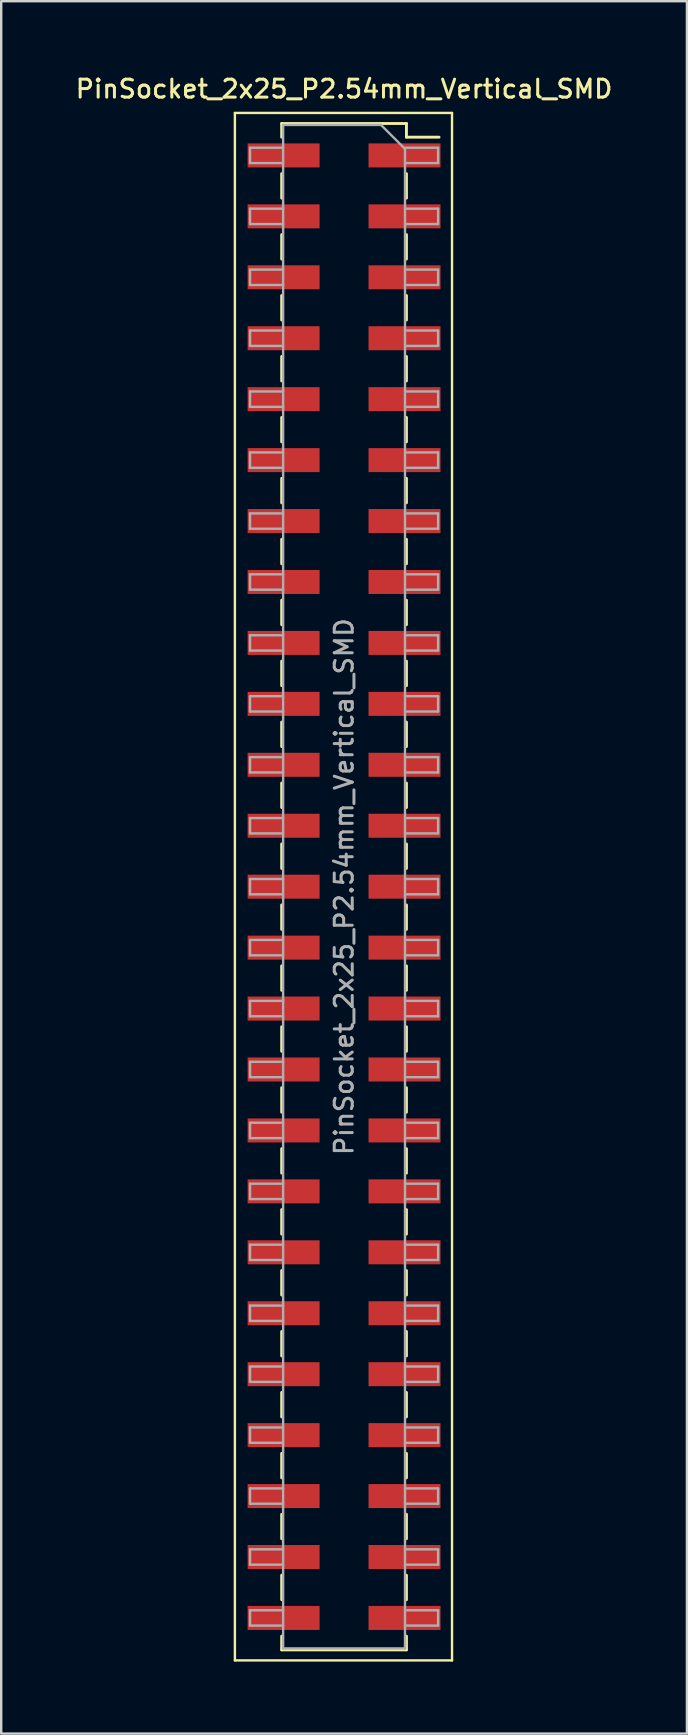
<source format=kicad_pcb>
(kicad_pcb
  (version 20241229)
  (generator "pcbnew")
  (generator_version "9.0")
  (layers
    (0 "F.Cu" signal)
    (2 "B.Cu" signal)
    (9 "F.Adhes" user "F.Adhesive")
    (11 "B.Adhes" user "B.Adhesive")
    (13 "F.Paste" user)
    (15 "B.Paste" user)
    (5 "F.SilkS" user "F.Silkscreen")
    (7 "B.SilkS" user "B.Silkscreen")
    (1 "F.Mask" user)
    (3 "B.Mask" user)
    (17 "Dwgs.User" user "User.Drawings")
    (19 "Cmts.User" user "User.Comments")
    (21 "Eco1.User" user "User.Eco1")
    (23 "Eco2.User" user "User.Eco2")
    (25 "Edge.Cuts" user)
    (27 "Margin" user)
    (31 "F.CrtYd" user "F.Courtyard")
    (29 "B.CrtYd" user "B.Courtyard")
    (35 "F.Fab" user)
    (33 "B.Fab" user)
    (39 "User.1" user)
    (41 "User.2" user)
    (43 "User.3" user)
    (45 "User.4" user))
  (footprint "PinSocket_2x25_P2.54mm_Vertical_SMD"
    (layer "F.Cu")
    (at 11.291 33.908)
    (property "Reference" "PinSocket_2x25_P2.54mm_Vertical_SMD" (at 0 -33.25 0) (layer "F.SilkS") (effects (font (size 0.75 0.75) (thickness 0.125))))
    (attr smd)
    (fp_line (start -4.55 -32.25) (end 4.5 -32.25) (stroke (width 0.1) (type solid)) (layer "F.SilkS"))
    (fp_line (start -4.55 32.25) (end -4.55 -32.25) (stroke (width 0.1) (type solid)) (layer "F.SilkS"))
    (fp_line (start -2.6 -31.81) (end -2.6 -31.24) (stroke (width 0.12) (type solid)) (layer "F.SilkS"))
    (fp_line (start -2.6 -31.81) (end 2.6 -31.81) (stroke (width 0.12) (type solid)) (layer "F.SilkS"))
    (fp_line (start -2.6 -29.72) (end -2.6 -28.7) (stroke (width 0.12) (type solid)) (layer "F.SilkS"))
    (fp_line (start -2.6 -27.18) (end -2.6 -26.16) (stroke (width 0.12) (type solid)) (layer "F.SilkS"))
    (fp_line (start -2.6 -24.64) (end -2.6 -23.62) (stroke (width 0.12) (type solid)) (layer "F.SilkS"))
    (fp_line (start -2.6 -22.1) (end -2.6 -21.08) (stroke (width 0.12) (type solid)) (layer "F.SilkS"))
    (fp_line (start -2.6 -19.56) (end -2.6 -18.54) (stroke (width 0.12) (type solid)) (layer "F.SilkS"))
    (fp_line (start -2.6 -17.02) (end -2.6 -16) (stroke (width 0.12) (type solid)) (layer "F.SilkS"))
    (fp_line (start -2.6 -14.48) (end -2.6 -13.46) (stroke (width 0.12) (type solid)) (layer "F.SilkS"))
    (fp_line (start -2.6 -11.94) (end -2.6 -10.92) (stroke (width 0.12) (type solid)) (layer "F.SilkS"))
    (fp_line (start -2.6 -9.4) (end -2.6 -8.38) (stroke (width 0.12) (type solid)) (layer "F.SilkS"))
    (fp_line (start -2.6 -6.86) (end -2.6 -5.84) (stroke (width 0.12) (type solid)) (layer "F.SilkS"))
    (fp_line (start -2.6 -4.32) (end -2.6 -3.3) (stroke (width 0.12) (type solid)) (layer "F.SilkS"))
    (fp_line (start -2.6 -1.78) (end -2.6 -0.76) (stroke (width 0.12) (type solid)) (layer "F.SilkS"))
    (fp_line (start -2.6 0.76) (end -2.6 1.78) (stroke (width 0.12) (type solid)) (layer "F.SilkS"))
    (fp_line (start -2.6 3.3) (end -2.6 4.32) (stroke (width 0.12) (type solid)) (layer "F.SilkS"))
    (fp_line (start -2.6 5.84) (end -2.6 6.86) (stroke (width 0.12) (type solid)) (layer "F.SilkS"))
    (fp_line (start -2.6 8.38) (end -2.6 9.4) (stroke (width 0.12) (type solid)) (layer "F.SilkS"))
    (fp_line (start -2.6 10.92) (end -2.6 11.94) (stroke (width 0.12) (type solid)) (layer "F.SilkS"))
    (fp_line (start -2.6 13.46) (end -2.6 14.48) (stroke (width 0.12) (type solid)) (layer "F.SilkS"))
    (fp_line (start -2.6 16) (end -2.6 17.02) (stroke (width 0.12) (type solid)) (layer "F.SilkS"))
    (fp_line (start -2.6 18.54) (end -2.6 19.56) (stroke (width 0.12) (type solid)) (layer "F.SilkS"))
    (fp_line (start -2.6 21.08) (end -2.6 22.1) (stroke (width 0.12) (type solid)) (layer "F.SilkS"))
    (fp_line (start -2.6 23.62) (end -2.6 24.64) (stroke (width 0.12) (type solid)) (layer "F.SilkS"))
    (fp_line (start -2.6 26.16) (end -2.6 27.18) (stroke (width 0.12) (type solid)) (layer "F.SilkS"))
    (fp_line (start -2.6 28.7) (end -2.6 29.72) (stroke (width 0.12) (type solid)) (layer "F.SilkS"))
    (fp_line (start -2.6 31.24) (end -2.6 31.81) (stroke (width 0.12) (type solid)) (layer "F.SilkS"))
    (fp_line (start -2.6 31.81) (end 2.6 31.81) (stroke (width 0.12) (type solid)) (layer "F.SilkS"))
    (fp_line (start 2.6 -31.81) (end 2.6 -31.24) (stroke (width 0.12) (type solid)) (layer "F.SilkS"))
    (fp_line (start 2.6 -31.24) (end 3.96 -31.24) (stroke (width 0.12) (type solid)) (layer "F.SilkS"))
    (fp_line (start 2.6 -29.72) (end 2.6 -28.7) (stroke (width 0.12) (type solid)) (layer "F.SilkS"))
    (fp_line (start 2.6 -27.18) (end 2.6 -26.16) (stroke (width 0.12) (type solid)) (layer "F.SilkS"))
    (fp_line (start 2.6 -24.64) (end 2.6 -23.62) (stroke (width 0.12) (type solid)) (layer "F.SilkS"))
    (fp_line (start 2.6 -22.1) (end 2.6 -21.08) (stroke (width 0.12) (type solid)) (layer "F.SilkS"))
    (fp_line (start 2.6 -19.56) (end 2.6 -18.54) (stroke (width 0.12) (type solid)) (layer "F.SilkS"))
    (fp_line (start 2.6 -17.02) (end 2.6 -16) (stroke (width 0.12) (type solid)) (layer "F.SilkS"))
    (fp_line (start 2.6 -14.48) (end 2.6 -13.46) (stroke (width 0.12) (type solid)) (layer "F.SilkS"))
    (fp_line (start 2.6 -11.94) (end 2.6 -10.92) (stroke (width 0.12) (type solid)) (layer "F.SilkS"))
    (fp_line (start 2.6 -9.4) (end 2.6 -8.38) (stroke (width 0.12) (type solid)) (layer "F.SilkS"))
    (fp_line (start 2.6 -6.86) (end 2.6 -5.84) (stroke (width 0.12) (type solid)) (layer "F.SilkS"))
    (fp_line (start 2.6 -4.32) (end 2.6 -3.3) (stroke (width 0.12) (type solid)) (layer "F.SilkS"))
    (fp_line (start 2.6 -1.78) (end 2.6 -0.76) (stroke (width 0.12) (type solid)) (layer "F.SilkS"))
    (fp_line (start 2.6 0.76) (end 2.6 1.78) (stroke (width 0.12) (type solid)) (layer "F.SilkS"))
    (fp_line (start 2.6 3.3) (end 2.6 4.32) (stroke (width 0.12) (type solid)) (layer "F.SilkS"))
    (fp_line (start 2.6 5.84) (end 2.6 6.86) (stroke (width 0.12) (type solid)) (layer "F.SilkS"))
    (fp_line (start 2.6 8.38) (end 2.6 9.4) (stroke (width 0.12) (type solid)) (layer "F.SilkS"))
    (fp_line (start 2.6 10.92) (end 2.6 11.94) (stroke (width 0.12) (type solid)) (layer "F.SilkS"))
    (fp_line (start 2.6 13.46) (end 2.6 14.48) (stroke (width 0.12) (type solid)) (layer "F.SilkS"))
    (fp_line (start 2.6 16) (end 2.6 17.02) (stroke (width 0.12) (type solid)) (layer "F.SilkS"))
    (fp_line (start 2.6 18.54) (end 2.6 19.56) (stroke (width 0.12) (type solid)) (layer "F.SilkS"))
    (fp_line (start 2.6 21.08) (end 2.6 22.1) (stroke (width 0.12) (type solid)) (layer "F.SilkS"))
    (fp_line (start 2.6 23.62) (end 2.6 24.64) (stroke (width 0.12) (type solid)) (layer "F.SilkS"))
    (fp_line (start 2.6 26.16) (end 2.6 27.18) (stroke (width 0.12) (type solid)) (layer "F.SilkS"))
    (fp_line (start 2.6 28.7) (end 2.6 29.72) (stroke (width 0.12) (type solid)) (layer "F.SilkS"))
    (fp_line (start 2.6 31.24) (end 2.6 31.81) (stroke (width 0.12) (type solid)) (layer "F.SilkS"))
    (fp_line (start 4.5 -32.25) (end 4.5 32.25) (stroke (width 0.1) (type solid)) (layer "F.SilkS"))
    (fp_line (start 4.5 32.25) (end -4.55 32.25) (stroke (width 0.1) (type solid)) (layer "F.SilkS"))
    (fp_line (start -3.92 -30.8) (end -2.54 -30.8) (stroke (width 0.1) (type solid)) (layer "F.Fab"))
    (fp_line (start -3.92 -30.16) (end -3.92 -30.8) (stroke (width 0.1) (type solid)) (layer "F.Fab"))
    (fp_line (start -3.92 -28.26) (end -2.54 -28.26) (stroke (width 0.1) (type solid)) (layer "F.Fab"))
    (fp_line (start -3.92 -27.62) (end -3.92 -28.26) (stroke (width 0.1) (type solid)) (layer "F.Fab"))
    (fp_line (start -3.92 -25.72) (end -2.54 -25.72) (stroke (width 0.1) (type solid)) (layer "F.Fab"))
    (fp_line (start -3.92 -25.08) (end -3.92 -25.72) (stroke (width 0.1) (type solid)) (layer "F.Fab"))
    (fp_line (start -3.92 -23.18) (end -2.54 -23.18) (stroke (width 0.1) (type solid)) (layer "F.Fab"))
    (fp_line (start -3.92 -22.54) (end -3.92 -23.18) (stroke (width 0.1) (type solid)) (layer "F.Fab"))
    (fp_line (start -3.92 -20.64) (end -2.54 -20.64) (stroke (width 0.1) (type solid)) (layer "F.Fab"))
    (fp_line (start -3.92 -20) (end -3.92 -20.64) (stroke (width 0.1) (type solid)) (layer "F.Fab"))
    (fp_line (start -3.92 -18.1) (end -2.54 -18.1) (stroke (width 0.1) (type solid)) (layer "F.Fab"))
    (fp_line (start -3.92 -17.46) (end -3.92 -18.1) (stroke (width 0.1) (type solid)) (layer "F.Fab"))
    (fp_line (start -3.92 -15.56) (end -2.54 -15.56) (stroke (width 0.1) (type solid)) (layer "F.Fab"))
    (fp_line (start -3.92 -14.92) (end -3.92 -15.56) (stroke (width 0.1) (type solid)) (layer "F.Fab"))
    (fp_line (start -3.92 -13.02) (end -2.54 -13.02) (stroke (width 0.1) (type solid)) (layer "F.Fab"))
    (fp_line (start -3.92 -12.38) (end -3.92 -13.02) (stroke (width 0.1) (type solid)) (layer "F.Fab"))
    (fp_line (start -3.92 -10.48) (end -2.54 -10.48) (stroke (width 0.1) (type solid)) (layer "F.Fab"))
    (fp_line (start -3.92 -9.84) (end -3.92 -10.48) (stroke (width 0.1) (type solid)) (layer "F.Fab"))
    (fp_line (start -3.92 -7.94) (end -2.54 -7.94) (stroke (width 0.1) (type solid)) (layer "F.Fab"))
    (fp_line (start -3.92 -7.3) (end -3.92 -7.94) (stroke (width 0.1) (type solid)) (layer "F.Fab"))
    (fp_line (start -3.92 -5.4) (end -2.54 -5.4) (stroke (width 0.1) (type solid)) (layer "F.Fab"))
    (fp_line (start -3.92 -4.76) (end -3.92 -5.4) (stroke (width 0.1) (type solid)) (layer "F.Fab"))
    (fp_line (start -3.92 -2.86) (end -2.54 -2.86) (stroke (width 0.1) (type solid)) (layer "F.Fab"))
    (fp_line (start -3.92 -2.22) (end -3.92 -2.86) (stroke (width 0.1) (type solid)) (layer "F.Fab"))
    (fp_line (start -3.92 -0.32) (end -2.54 -0.32) (stroke (width 0.1) (type solid)) (layer "F.Fab"))
    (fp_line (start -3.92 0.32) (end -3.92 -0.32) (stroke (width 0.1) (type solid)) (layer "F.Fab"))
    (fp_line (start -3.92 2.22) (end -2.54 2.22) (stroke (width 0.1) (type solid)) (layer "F.Fab"))
    (fp_line (start -3.92 2.86) (end -3.92 2.22) (stroke (width 0.1) (type solid)) (layer "F.Fab"))
    (fp_line (start -3.92 4.76) (end -2.54 4.76) (stroke (width 0.1) (type solid)) (layer "F.Fab"))
    (fp_line (start -3.92 5.4) (end -3.92 4.76) (stroke (width 0.1) (type solid)) (layer "F.Fab"))
    (fp_line (start -3.92 7.3) (end -2.54 7.3) (stroke (width 0.1) (type solid)) (layer "F.Fab"))
    (fp_line (start -3.92 7.94) (end -3.92 7.3) (stroke (width 0.1) (type solid)) (layer "F.Fab"))
    (fp_line (start -3.92 9.84) (end -2.54 9.84) (stroke (width 0.1) (type solid)) (layer "F.Fab"))
    (fp_line (start -3.92 10.48) (end -3.92 9.84) (stroke (width 0.1) (type solid)) (layer "F.Fab"))
    (fp_line (start -3.92 12.38) (end -2.54 12.38) (stroke (width 0.1) (type solid)) (layer "F.Fab"))
    (fp_line (start -3.92 13.02) (end -3.92 12.38) (stroke (width 0.1) (type solid)) (layer "F.Fab"))
    (fp_line (start -3.92 14.92) (end -2.54 14.92) (stroke (width 0.1) (type solid)) (layer "F.Fab"))
    (fp_line (start -3.92 15.56) (end -3.92 14.92) (stroke (width 0.1) (type solid)) (layer "F.Fab"))
    (fp_line (start -3.92 17.46) (end -2.54 17.46) (stroke (width 0.1) (type solid)) (layer "F.Fab"))
    (fp_line (start -3.92 18.1) (end -3.92 17.46) (stroke (width 0.1) (type solid)) (layer "F.Fab"))
    (fp_line (start -3.92 20) (end -2.54 20) (stroke (width 0.1) (type solid)) (layer "F.Fab"))
    (fp_line (start -3.92 20.64) (end -3.92 20) (stroke (width 0.1) (type solid)) (layer "F.Fab"))
    (fp_line (start -3.92 22.54) (end -2.54 22.54) (stroke (width 0.1) (type solid)) (layer "F.Fab"))
    (fp_line (start -3.92 23.18) (end -3.92 22.54) (stroke (width 0.1) (type solid)) (layer "F.Fab"))
    (fp_line (start -3.92 25.08) (end -2.54 25.08) (stroke (width 0.1) (type solid)) (layer "F.Fab"))
    (fp_line (start -3.92 25.72) (end -3.92 25.08) (stroke (width 0.1) (type solid)) (layer "F.Fab"))
    (fp_line (start -3.92 27.62) (end -2.54 27.62) (stroke (width 0.1) (type solid)) (layer "F.Fab"))
    (fp_line (start -3.92 28.26) (end -3.92 27.62) (stroke (width 0.1) (type solid)) (layer "F.Fab"))
    (fp_line (start -3.92 30.16) (end -2.54 30.16) (stroke (width 0.1) (type solid)) (layer "F.Fab"))
    (fp_line (start -3.92 30.8) (end -3.92 30.16) (stroke (width 0.1) (type solid)) (layer "F.Fab"))
    (fp_line (start -2.54 -31.75) (end 1.54 -31.75) (stroke (width 0.1) (type solid)) (layer "F.Fab"))
    (fp_line (start -2.54 -30.16) (end -3.92 -30.16) (stroke (width 0.1) (type solid)) (layer "F.Fab"))
    (fp_line (start -2.54 -27.62) (end -3.92 -27.62) (stroke (width 0.1) (type solid)) (layer "F.Fab"))
    (fp_line (start -2.54 -25.08) (end -3.92 -25.08) (stroke (width 0.1) (type solid)) (layer "F.Fab"))
    (fp_line (start -2.54 -22.54) (end -3.92 -22.54) (stroke (width 0.1) (type solid)) (layer "F.Fab"))
    (fp_line (start -2.54 -20) (end -3.92 -20) (stroke (width 0.1) (type solid)) (layer "F.Fab"))
    (fp_line (start -2.54 -17.46) (end -3.92 -17.46) (stroke (width 0.1) (type solid)) (layer "F.Fab"))
    (fp_line (start -2.54 -14.92) (end -3.92 -14.92) (stroke (width 0.1) (type solid)) (layer "F.Fab"))
    (fp_line (start -2.54 -12.38) (end -3.92 -12.38) (stroke (width 0.1) (type solid)) (layer "F.Fab"))
    (fp_line (start -2.54 -9.84) (end -3.92 -9.84) (stroke (width 0.1) (type solid)) (layer "F.Fab"))
    (fp_line (start -2.54 -7.3) (end -3.92 -7.3) (stroke (width 0.1) (type solid)) (layer "F.Fab"))
    (fp_line (start -2.54 -4.76) (end -3.92 -4.76) (stroke (width 0.1) (type solid)) (layer "F.Fab"))
    (fp_line (start -2.54 -2.22) (end -3.92 -2.22) (stroke (width 0.1) (type solid)) (layer "F.Fab"))
    (fp_line (start -2.54 0.32) (end -3.92 0.32) (stroke (width 0.1) (type solid)) (layer "F.Fab"))
    (fp_line (start -2.54 2.86) (end -3.92 2.86) (stroke (width 0.1) (type solid)) (layer "F.Fab"))
    (fp_line (start -2.54 5.4) (end -3.92 5.4) (stroke (width 0.1) (type solid)) (layer "F.Fab"))
    (fp_line (start -2.54 7.94) (end -3.92 7.94) (stroke (width 0.1) (type solid)) (layer "F.Fab"))
    (fp_line (start -2.54 10.48) (end -3.92 10.48) (stroke (width 0.1) (type solid)) (layer "F.Fab"))
    (fp_line (start -2.54 13.02) (end -3.92 13.02) (stroke (width 0.1) (type solid)) (layer "F.Fab"))
    (fp_line (start -2.54 15.56) (end -3.92 15.56) (stroke (width 0.1) (type solid)) (layer "F.Fab"))
    (fp_line (start -2.54 18.1) (end -3.92 18.1) (stroke (width 0.1) (type solid)) (layer "F.Fab"))
    (fp_line (start -2.54 20.64) (end -3.92 20.64) (stroke (width 0.1) (type solid)) (layer "F.Fab"))
    (fp_line (start -2.54 23.18) (end -3.92 23.18) (stroke (width 0.1) (type solid)) (layer "F.Fab"))
    (fp_line (start -2.54 25.72) (end -3.92 25.72) (stroke (width 0.1) (type solid)) (layer "F.Fab"))
    (fp_line (start -2.54 28.26) (end -3.92 28.26) (stroke (width 0.1) (type solid)) (layer "F.Fab"))
    (fp_line (start -2.54 30.8) (end -3.92 30.8) (stroke (width 0.1) (type solid)) (layer "F.Fab"))
    (fp_line (start -2.54 31.75) (end -2.54 -31.75) (stroke (width 0.1) (type solid)) (layer "F.Fab"))
    (fp_line (start 1.54 -31.75) (end 2.54 -30.75) (stroke (width 0.1) (type solid)) (layer "F.Fab"))
    (fp_line (start 2.54 -30.8) (end 3.92 -30.8) (stroke (width 0.1) (type solid)) (layer "F.Fab"))
    (fp_line (start 2.54 -30.75) (end 2.54 31.75) (stroke (width 0.1) (type solid)) (layer "F.Fab"))
    (fp_line (start 2.54 -28.26) (end 3.92 -28.26) (stroke (width 0.1) (type solid)) (layer "F.Fab"))
    (fp_line (start 2.54 -25.72) (end 3.92 -25.72) (stroke (width 0.1) (type solid)) (layer "F.Fab"))
    (fp_line (start 2.54 -23.18) (end 3.92 -23.18) (stroke (width 0.1) (type solid)) (layer "F.Fab"))
    (fp_line (start 2.54 -20.64) (end 3.92 -20.64) (stroke (width 0.1) (type solid)) (layer "F.Fab"))
    (fp_line (start 2.54 -18.1) (end 3.92 -18.1) (stroke (width 0.1) (type solid)) (layer "F.Fab"))
    (fp_line (start 2.54 -15.56) (end 3.92 -15.56) (stroke (width 0.1) (type solid)) (layer "F.Fab"))
    (fp_line (start 2.54 -13.02) (end 3.92 -13.02) (stroke (width 0.1) (type solid)) (layer "F.Fab"))
    (fp_line (start 2.54 -10.48) (end 3.92 -10.48) (stroke (width 0.1) (type solid)) (layer "F.Fab"))
    (fp_line (start 2.54 -7.94) (end 3.92 -7.94) (stroke (width 0.1) (type solid)) (layer "F.Fab"))
    (fp_line (start 2.54 -5.4) (end 3.92 -5.4) (stroke (width 0.1) (type solid)) (layer "F.Fab"))
    (fp_line (start 2.54 -2.86) (end 3.92 -2.86) (stroke (width 0.1) (type solid)) (layer "F.Fab"))
    (fp_line (start 2.54 -0.32) (end 3.92 -0.32) (stroke (width 0.1) (type solid)) (layer "F.Fab"))
    (fp_line (start 2.54 2.22) (end 3.92 2.22) (stroke (width 0.1) (type solid)) (layer "F.Fab"))
    (fp_line (start 2.54 4.76) (end 3.92 4.76) (stroke (width 0.1) (type solid)) (layer "F.Fab"))
    (fp_line (start 2.54 7.3) (end 3.92 7.3) (stroke (width 0.1) (type solid)) (layer "F.Fab"))
    (fp_line (start 2.54 9.84) (end 3.92 9.84) (stroke (width 0.1) (type solid)) (layer "F.Fab"))
    (fp_line (start 2.54 12.38) (end 3.92 12.38) (stroke (width 0.1) (type solid)) (layer "F.Fab"))
    (fp_line (start 2.54 14.92) (end 3.92 14.92) (stroke (width 0.1) (type solid)) (layer "F.Fab"))
    (fp_line (start 2.54 17.46) (end 3.92 17.46) (stroke (width 0.1) (type solid)) (layer "F.Fab"))
    (fp_line (start 2.54 20) (end 3.92 20) (stroke (width 0.1) (type solid)) (layer "F.Fab"))
    (fp_line (start 2.54 22.54) (end 3.92 22.54) (stroke (width 0.1) (type solid)) (layer "F.Fab"))
    (fp_line (start 2.54 25.08) (end 3.92 25.08) (stroke (width 0.1) (type solid)) (layer "F.Fab"))
    (fp_line (start 2.54 27.62) (end 3.92 27.62) (stroke (width 0.1) (type solid)) (layer "F.Fab"))
    (fp_line (start 2.54 30.16) (end 3.92 30.16) (stroke (width 0.1) (type solid)) (layer "F.Fab"))
    (fp_line (start 2.54 31.75) (end -2.54 31.75) (stroke (width 0.1) (type solid)) (layer "F.Fab"))
    (fp_line (start 3.92 -30.8) (end 3.92 -30.16) (stroke (width 0.1) (type solid)) (layer "F.Fab"))
    (fp_line (start 3.92 -30.16) (end 2.54 -30.16) (stroke (width 0.1) (type solid)) (layer "F.Fab"))
    (fp_line (start 3.92 -28.26) (end 3.92 -27.62) (stroke (width 0.1) (type solid)) (layer "F.Fab"))
    (fp_line (start 3.92 -27.62) (end 2.54 -27.62) (stroke (width 0.1) (type solid)) (layer "F.Fab"))
    (fp_line (start 3.92 -25.72) (end 3.92 -25.08) (stroke (width 0.1) (type solid)) (layer "F.Fab"))
    (fp_line (start 3.92 -25.08) (end 2.54 -25.08) (stroke (width 0.1) (type solid)) (layer "F.Fab"))
    (fp_line (start 3.92 -23.18) (end 3.92 -22.54) (stroke (width 0.1) (type solid)) (layer "F.Fab"))
    (fp_line (start 3.92 -22.54) (end 2.54 -22.54) (stroke (width 0.1) (type solid)) (layer "F.Fab"))
    (fp_line (start 3.92 -20.64) (end 3.92 -20) (stroke (width 0.1) (type solid)) (layer "F.Fab"))
    (fp_line (start 3.92 -20) (end 2.54 -20) (stroke (width 0.1) (type solid)) (layer "F.Fab"))
    (fp_line (start 3.92 -18.1) (end 3.92 -17.46) (stroke (width 0.1) (type solid)) (layer "F.Fab"))
    (fp_line (start 3.92 -17.46) (end 2.54 -17.46) (stroke (width 0.1) (type solid)) (layer "F.Fab"))
    (fp_line (start 3.92 -15.56) (end 3.92 -14.92) (stroke (width 0.1) (type solid)) (layer "F.Fab"))
    (fp_line (start 3.92 -14.92) (end 2.54 -14.92) (stroke (width 0.1) (type solid)) (layer "F.Fab"))
    (fp_line (start 3.92 -13.02) (end 3.92 -12.38) (stroke (width 0.1) (type solid)) (layer "F.Fab"))
    (fp_line (start 3.92 -12.38) (end 2.54 -12.38) (stroke (width 0.1) (type solid)) (layer "F.Fab"))
    (fp_line (start 3.92 -10.48) (end 3.92 -9.84) (stroke (width 0.1) (type solid)) (layer "F.Fab"))
    (fp_line (start 3.92 -9.84) (end 2.54 -9.84) (stroke (width 0.1) (type solid)) (layer "F.Fab"))
    (fp_line (start 3.92 -7.94) (end 3.92 -7.3) (stroke (width 0.1) (type solid)) (layer "F.Fab"))
    (fp_line (start 3.92 -7.3) (end 2.54 -7.3) (stroke (width 0.1) (type solid)) (layer "F.Fab"))
    (fp_line (start 3.92 -5.4) (end 3.92 -4.76) (stroke (width 0.1) (type solid)) (layer "F.Fab"))
    (fp_line (start 3.92 -4.76) (end 2.54 -4.76) (stroke (width 0.1) (type solid)) (layer "F.Fab"))
    (fp_line (start 3.92 -2.86) (end 3.92 -2.22) (stroke (width 0.1) (type solid)) (layer "F.Fab"))
    (fp_line (start 3.92 -2.22) (end 2.54 -2.22) (stroke (width 0.1) (type solid)) (layer "F.Fab"))
    (fp_line (start 3.92 -0.32) (end 3.92 0.32) (stroke (width 0.1) (type solid)) (layer "F.Fab"))
    (fp_line (start 3.92 0.32) (end 2.54 0.32) (stroke (width 0.1) (type solid)) (layer "F.Fab"))
    (fp_line (start 3.92 2.22) (end 3.92 2.86) (stroke (width 0.1) (type solid)) (layer "F.Fab"))
    (fp_line (start 3.92 2.86) (end 2.54 2.86) (stroke (width 0.1) (type solid)) (layer "F.Fab"))
    (fp_line (start 3.92 4.76) (end 3.92 5.4) (stroke (width 0.1) (type solid)) (layer "F.Fab"))
    (fp_line (start 3.92 5.4) (end 2.54 5.4) (stroke (width 0.1) (type solid)) (layer "F.Fab"))
    (fp_line (start 3.92 7.3) (end 3.92 7.94) (stroke (width 0.1) (type solid)) (layer "F.Fab"))
    (fp_line (start 3.92 7.94) (end 2.54 7.94) (stroke (width 0.1) (type solid)) (layer "F.Fab"))
    (fp_line (start 3.92 9.84) (end 3.92 10.48) (stroke (width 0.1) (type solid)) (layer "F.Fab"))
    (fp_line (start 3.92 10.48) (end 2.54 10.48) (stroke (width 0.1) (type solid)) (layer "F.Fab"))
    (fp_line (start 3.92 12.38) (end 3.92 13.02) (stroke (width 0.1) (type solid)) (layer "F.Fab"))
    (fp_line (start 3.92 13.02) (end 2.54 13.02) (stroke (width 0.1) (type solid)) (layer "F.Fab"))
    (fp_line (start 3.92 14.92) (end 3.92 15.56) (stroke (width 0.1) (type solid)) (layer "F.Fab"))
    (fp_line (start 3.92 15.56) (end 2.54 15.56) (stroke (width 0.1) (type solid)) (layer "F.Fab"))
    (fp_line (start 3.92 17.46) (end 3.92 18.1) (stroke (width 0.1) (type solid)) (layer "F.Fab"))
    (fp_line (start 3.92 18.1) (end 2.54 18.1) (stroke (width 0.1) (type solid)) (layer "F.Fab"))
    (fp_line (start 3.92 20) (end 3.92 20.64) (stroke (width 0.1) (type solid)) (layer "F.Fab"))
    (fp_line (start 3.92 20.64) (end 2.54 20.64) (stroke (width 0.1) (type solid)) (layer "F.Fab"))
    (fp_line (start 3.92 22.54) (end 3.92 23.18) (stroke (width 0.1) (type solid)) (layer "F.Fab"))
    (fp_line (start 3.92 23.18) (end 2.54 23.18) (stroke (width 0.1) (type solid)) (layer "F.Fab"))
    (fp_line (start 3.92 25.08) (end 3.92 25.72) (stroke (width 0.1) (type solid)) (layer "F.Fab"))
    (fp_line (start 3.92 25.72) (end 2.54 25.72) (stroke (width 0.1) (type solid)) (layer "F.Fab"))
    (fp_line (start 3.92 27.62) (end 3.92 28.26) (stroke (width 0.1) (type solid)) (layer "F.Fab"))
    (fp_line (start 3.92 28.26) (end 2.54 28.26) (stroke (width 0.1) (type solid)) (layer "F.Fab"))
    (fp_line (start 3.92 30.16) (end 3.92 30.8) (stroke (width 0.1) (type solid)) (layer "F.Fab"))
    (fp_line (start 3.92 30.8) (end 2.54 30.8) (stroke (width 0.1) (type solid)) (layer "F.Fab"))
    (fp_text user "${REFERENCE}" (at 0 0 90) (layer "F.Fab") (effects (font (size 0.75 0.75) (thickness 0.125))))
    (pad "1" smd rect (at 2.52 -30.48) (size 3 1) (layers "F.Cu" "F.Mask" "F.Paste"))
    (pad "2" smd rect (at -2.52 -30.48) (size 3 1) (layers "F.Cu" "F.Mask" "F.Paste"))
    (pad "3" smd rect (at 2.52 -27.94) (size 3 1) (layers "F.Cu" "F.Mask" "F.Paste"))
    (pad "4" smd rect (at -2.52 -27.94) (size 3 1) (layers "F.Cu" "F.Mask" "F.Paste"))
    (pad "5" smd rect (at 2.52 -25.4) (size 3 1) (layers "F.Cu" "F.Mask" "F.Paste"))
    (pad "6" smd rect (at -2.52 -25.4) (size 3 1) (layers "F.Cu" "F.Mask" "F.Paste"))
    (pad "7" smd rect (at 2.52 -22.86) (size 3 1) (layers "F.Cu" "F.Mask" "F.Paste"))
    (pad "8" smd rect (at -2.52 -22.86) (size 3 1) (layers "F.Cu" "F.Mask" "F.Paste"))
    (pad "9" smd rect (at 2.52 -20.32) (size 3 1) (layers "F.Cu" "F.Mask" "F.Paste"))
    (pad "10" smd rect (at -2.52 -20.32) (size 3 1) (layers "F.Cu" "F.Mask" "F.Paste"))
    (pad "11" smd rect (at 2.52 -17.78) (size 3 1) (layers "F.Cu" "F.Mask" "F.Paste"))
    (pad "12" smd rect (at -2.52 -17.78) (size 3 1) (layers "F.Cu" "F.Mask" "F.Paste"))
    (pad "13" smd rect (at 2.52 -15.24) (size 3 1) (layers "F.Cu" "F.Mask" "F.Paste"))
    (pad "14" smd rect (at -2.52 -15.24) (size 3 1) (layers "F.Cu" "F.Mask" "F.Paste"))
    (pad "15" smd rect (at 2.52 -12.7) (size 3 1) (layers "F.Cu" "F.Mask" "F.Paste"))
    (pad "16" smd rect (at -2.52 -12.7) (size 3 1) (layers "F.Cu" "F.Mask" "F.Paste"))
    (pad "17" smd rect (at 2.52 -10.16) (size 3 1) (layers "F.Cu" "F.Mask" "F.Paste"))
    (pad "18" smd rect (at -2.52 -10.16) (size 3 1) (layers "F.Cu" "F.Mask" "F.Paste"))
    (pad "19" smd rect (at 2.52 -7.62) (size 3 1) (layers "F.Cu" "F.Mask" "F.Paste"))
    (pad "20" smd rect (at -2.52 -7.62) (size 3 1) (layers "F.Cu" "F.Mask" "F.Paste"))
    (pad "21" smd rect (at 2.52 -5.08) (size 3 1) (layers "F.Cu" "F.Mask" "F.Paste"))
    (pad "22" smd rect (at -2.52 -5.08) (size 3 1) (layers "F.Cu" "F.Mask" "F.Paste"))
    (pad "23" smd rect (at 2.52 -2.54) (size 3 1) (layers "F.Cu" "F.Mask" "F.Paste"))
    (pad "24" smd rect (at -2.52 -2.54) (size 3 1) (layers "F.Cu" "F.Mask" "F.Paste"))
    (pad "25" smd rect (at 2.52 0) (size 3 1) (layers "F.Cu" "F.Mask" "F.Paste"))
    (pad "26" smd rect (at -2.52 0) (size 3 1) (layers "F.Cu" "F.Mask" "F.Paste"))
    (pad "27" smd rect (at 2.52 2.54) (size 3 1) (layers "F.Cu" "F.Mask" "F.Paste"))
    (pad "28" smd rect (at -2.52 2.54) (size 3 1) (layers "F.Cu" "F.Mask" "F.Paste"))
    (pad "29" smd rect (at 2.52 5.08) (size 3 1) (layers "F.Cu" "F.Mask" "F.Paste"))
    (pad "30" smd rect (at -2.52 5.08) (size 3 1) (layers "F.Cu" "F.Mask" "F.Paste"))
    (pad "31" smd rect (at 2.52 7.62) (size 3 1) (layers "F.Cu" "F.Mask" "F.Paste"))
    (pad "32" smd rect (at -2.52 7.62) (size 3 1) (layers "F.Cu" "F.Mask" "F.Paste"))
    (pad "33" smd rect (at 2.52 10.16) (size 3 1) (layers "F.Cu" "F.Mask" "F.Paste"))
    (pad "34" smd rect (at -2.52 10.16) (size 3 1) (layers "F.Cu" "F.Mask" "F.Paste"))
    (pad "35" smd rect (at 2.52 12.7) (size 3 1) (layers "F.Cu" "F.Mask" "F.Paste"))
    (pad "36" smd rect (at -2.52 12.7) (size 3 1) (layers "F.Cu" "F.Mask" "F.Paste"))
    (pad "37" smd rect (at 2.52 15.24) (size 3 1) (layers "F.Cu" "F.Mask" "F.Paste"))
    (pad "38" smd rect (at -2.52 15.24) (size 3 1) (layers "F.Cu" "F.Mask" "F.Paste"))
    (pad "39" smd rect (at 2.52 17.78) (size 3 1) (layers "F.Cu" "F.Mask" "F.Paste"))
    (pad "40" smd rect (at -2.52 17.78) (size 3 1) (layers "F.Cu" "F.Mask" "F.Paste"))
    (pad "41" smd rect (at 2.52 20.32) (size 3 1) (layers "F.Cu" "F.Mask" "F.Paste"))
    (pad "42" smd rect (at -2.52 20.32) (size 3 1) (layers "F.Cu" "F.Mask" "F.Paste"))
    (pad "43" smd rect (at 2.52 22.86) (size 3 1) (layers "F.Cu" "F.Mask" "F.Paste"))
    (pad "44" smd rect (at -2.52 22.86) (size 3 1) (layers "F.Cu" "F.Mask" "F.Paste"))
    (pad "45" smd rect (at 2.52 25.4) (size 3 1) (layers "F.Cu" "F.Mask" "F.Paste"))
    (pad "46" smd rect (at -2.52 25.4) (size 3 1) (layers "F.Cu" "F.Mask" "F.Paste"))
    (pad "47" smd rect (at 2.52 27.94) (size 3 1) (layers "F.Cu" "F.Mask" "F.Paste"))
    (pad "48" smd rect (at -2.52 27.94) (size 3 1) (layers "F.Cu" "F.Mask" "F.Paste"))
    (pad "49" smd rect (at 2.52 30.48) (size 3 1) (layers "F.Cu" "F.Mask" "F.Paste"))
    (pad "50" smd rect (at -2.52 30.48) (size 3 1) (layers "F.Cu" "F.Mask" "F.Paste")))
  (gr_rect
    (start -3 -3)
    (end 25.582 69.208)
    (stroke (width 0.1) (type default))
    (fill no)
    (layer "Edge.Cuts")))
</source>
